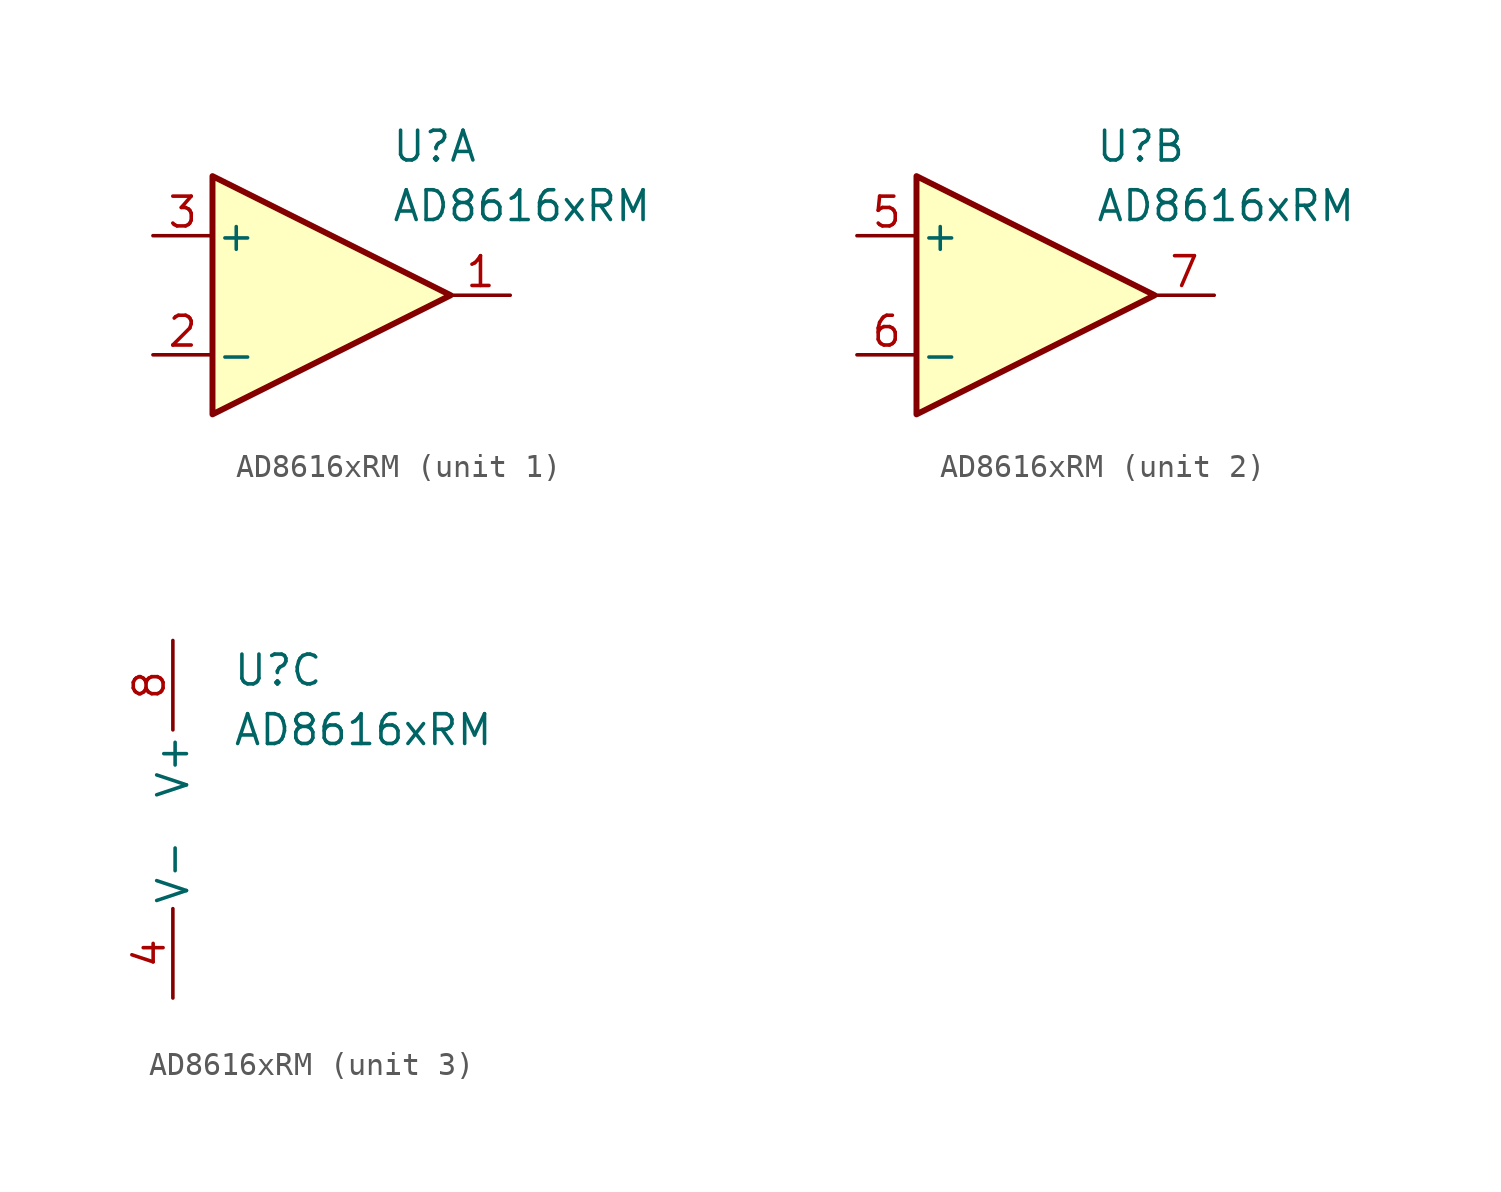
<source format=kicad_sym>
(kicad_symbol_lib
  (version 20231120)
  (generator "kicad_symbol_editor")
  (generator_version "8.0")
  (symbol "AD8616xRM"
    (pin_names
      (offset 0.127))
    (property "Reference" "U"
      (at 2.54 6.35 0)
      (effects (font (size 1.27 1.27)) (justify left)))
    (property "Value" "AD8616xRM"
      (at 2.54 3.81 0)
      (effects (font (size 1.27 1.27)) (justify left)))
    (property "ki_locked" ""
      (at 0 0 0)
      (effects (font (size 1.27 1.27))))
    (symbol "AD8616xRM_1_1"
      (polyline (pts (xy 5.08 0) (xy -5.08 5.08) (xy -5.08 -5.08) (xy 5.08 0)) (stroke (width 0.254) (type solid)) (fill (type background)))
      (pin output line (at 7.62 0 180) (length 2.54) (name "~" (effects (font (size 1.27 1.27)))) (number "1" (effects (font (size 1.27 1.27)))))
      (pin input line (at -7.62 -2.54 0) (length 2.54) (name "-" (effects (font (size 1.27 1.27)))) (number "2" (effects (font (size 1.27 1.27)))))
      (pin input line (at -7.62 2.54 0) (length 2.54) (name "+" (effects (font (size 1.27 1.27)))) (number "3" (effects (font (size 1.27 1.27))))))
    (symbol "AD8616xRM_2_1"
      (polyline (pts (xy 5.08 0) (xy -5.08 5.08) (xy -5.08 -5.08) (xy 5.08 0)) (stroke (width 0.254) (type solid)) (fill (type background)))
      (pin input line (at -7.62 2.54 0) (length 2.54) (name "+" (effects (font (size 1.27 1.27)))) (number "5" (effects (font (size 1.27 1.27)))))
      (pin input line (at -7.62 -2.54 0) (length 2.54) (name "-" (effects (font (size 1.27 1.27)))) (number "6" (effects (font (size 1.27 1.27)))))
      (pin output line (at 7.62 0 180) (length 2.54) (name "~" (effects (font (size 1.27 1.27)))) (number "7" (effects (font (size 1.27 1.27))))))
    (symbol "AD8616xRM_3_1"
      (pin power_in line (at 0 -7.62 90) (length 3.81) (name "V-" (effects (font (size 1.27 1.27)))) (number "4" (effects (font (size 1.27 1.27)))))
      (pin power_in line (at 0 7.62 270) (length 3.81) (name "V+" (effects (font (size 1.27 1.27)))) (number "8" (effects (font (size 1.27 1.27))))))))
</source>
